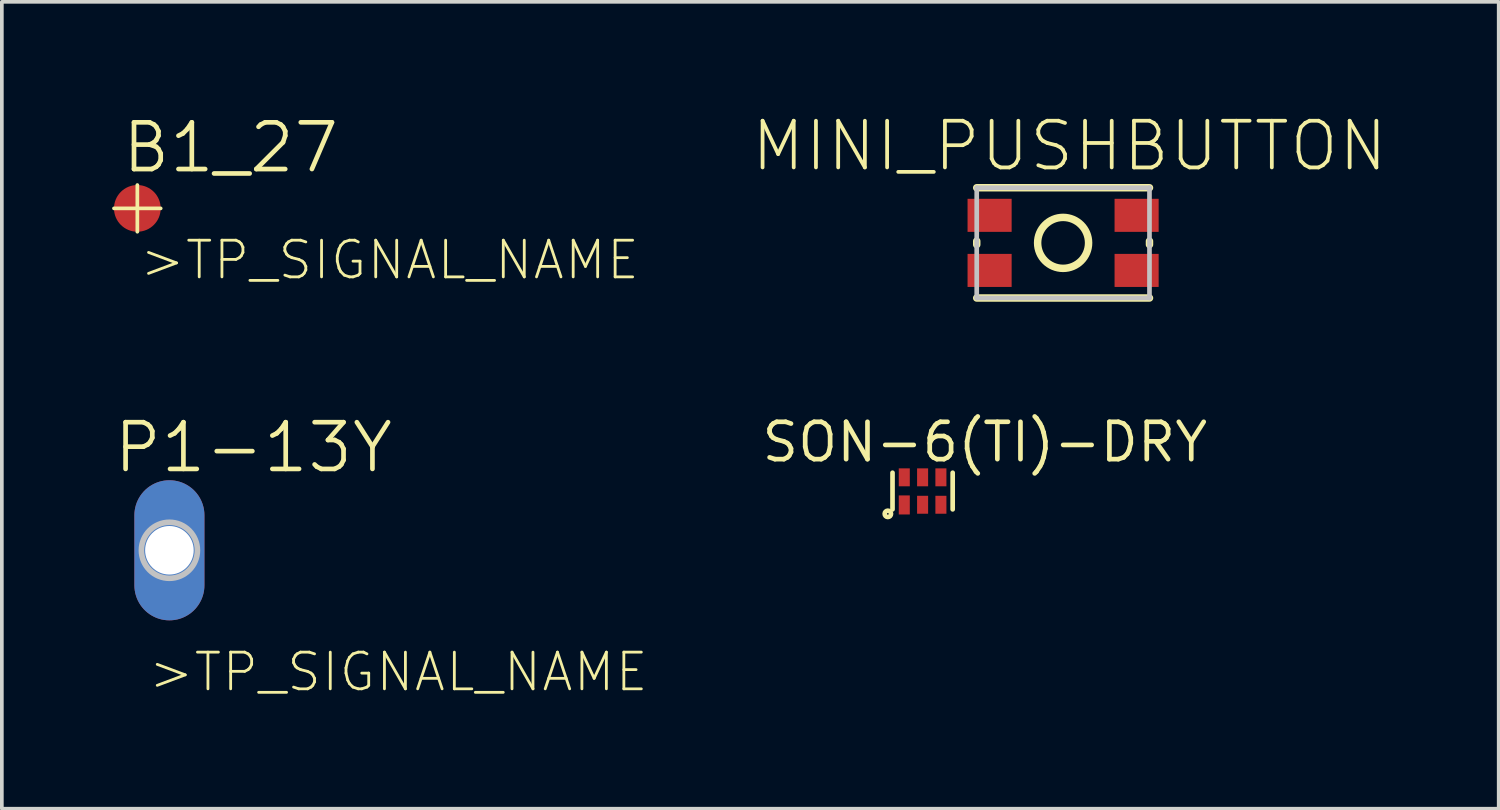
<source format=kicad_pcb>
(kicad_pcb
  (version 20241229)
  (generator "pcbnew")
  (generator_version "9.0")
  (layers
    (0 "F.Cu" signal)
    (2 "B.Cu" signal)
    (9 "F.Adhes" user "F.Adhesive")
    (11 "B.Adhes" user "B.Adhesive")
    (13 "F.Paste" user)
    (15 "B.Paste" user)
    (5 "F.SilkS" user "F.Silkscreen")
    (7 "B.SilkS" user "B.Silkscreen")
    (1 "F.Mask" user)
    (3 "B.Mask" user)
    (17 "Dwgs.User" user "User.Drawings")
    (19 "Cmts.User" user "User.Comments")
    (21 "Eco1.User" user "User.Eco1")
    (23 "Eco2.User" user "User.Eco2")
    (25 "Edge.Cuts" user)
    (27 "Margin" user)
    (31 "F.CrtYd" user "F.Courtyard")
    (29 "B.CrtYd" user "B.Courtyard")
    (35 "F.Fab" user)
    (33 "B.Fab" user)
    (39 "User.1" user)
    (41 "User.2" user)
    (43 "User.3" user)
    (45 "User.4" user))
  (footprint "B1_27"
    (layer "F.Cu")
    (at 0.685 2.617)
    (property "Reference" "B1_27" (at 2.54 -1.651 0) (layer "F.SilkS") (effects (font (size 1.27 1.27) (thickness 0.127))))
    (attr smd)
    (fp_line (start -0.635 0) (end 0.635 0) (stroke (width 0.1) (type solid)) (layer "F.SilkS"))
    (fp_line (start 0 -0.635) (end 0 0.635) (stroke (width 0.1) (type solid)) (layer "F.SilkS"))
    (fp_text user ">TP_SIGNAL_NAME" (at 6.863 1.405 0) (layer "F.SilkS") (effects (font (size 0.998 0.998) (thickness 0.076))))
    (pad "TP" smd circle (at 0 0) (size 1.27 1.27) (layers "F.Cu" "F.Mask" "F.Paste")))
  (footprint "MINI_PUSHBUTTON"
    (layer "F.Cu")
    (at 25.861 3.555)
    (property "Reference" "MINI_PUSHBUTTON" (at 0.173 -2.634 0) (layer "F.SilkS") (effects (font (size 1.27 1.27) (thickness 0.102))))
    (attr smd)
    (fp_line (start -2.349 -1.499) (end 2.349 -1.499) (stroke (width 0.203) (type solid)) (layer "F.SilkS"))
    (fp_line (start -2.349 0.048) (end -2.349 -0.048) (stroke (width 0.203) (type solid)) (layer "F.SilkS"))
    (fp_line (start -2.349 1.499) (end 2.349 1.499) (stroke (width 0.203) (type solid)) (layer "F.SilkS"))
    (fp_line (start 2.349 0.048) (end 2.349 -0.048) (stroke (width 0.203) (type solid)) (layer "F.SilkS"))
    (fp_circle (center 0 0) (end 0 -0.693) (stroke (width 0.203) (type solid)) (fill no) (layer "F.SilkS"))
    (fp_line (start -2.349 -1.499) (end 2.349 -1.499) (stroke (width 0.127) (type solid)) (layer "Dwgs.User"))
    (fp_line (start -2.349 1.499) (end -2.349 -1.499) (stroke (width 0.127) (type solid)) (layer "Dwgs.User"))
    (fp_line (start 2.349 -1.499) (end 2.349 1.499) (stroke (width 0.127) (type solid)) (layer "Dwgs.User"))
    (fp_line (start 2.349 1.499) (end -2.349 1.499) (stroke (width 0.127) (type solid)) (layer "Dwgs.User"))
    (pad "1" smd rect (at -1.999 -0.749) (size 1.199 0.899) (layers "F.Cu" "F.Mask" "F.Paste"))
    (pad "2" smd rect (at 1.999 -0.749) (size 1.199 0.899) (layers "F.Cu" "F.Mask" "F.Paste"))
    (pad "3" smd rect (at -1.999 0.749) (size 1.199 0.899) (layers "F.Cu" "F.Mask" "F.Paste"))
    (pad "4" smd rect (at 1.999 0.749) (size 1.199 0.899) (layers "F.Cu" "F.Mask" "F.Paste")))
  (footprint "P1-13Y"
    (layer "F.Cu")
    (at 1.557 11.915)
    (property "Reference" "P1-13Y" (at 2.286 -2.794 0) (layer "F.SilkS") (effects (font (size 1.27 1.27) (thickness 0.127))))
    (attr exclude_from_pos_files exclude_from_bom)
    (fp_line (start -0.33 -0.33) (end 0.33 -0.33) (stroke (width 0.066) (type solid)) (layer "Dwgs.User"))
    (fp_line (start -0.33 0.33) (end -0.33 -0.33) (stroke (width 0.066) (type solid)) (layer "Dwgs.User"))
    (fp_line (start -0.33 0.33) (end 0.33 0.33) (stroke (width 0.066) (type solid)) (layer "Dwgs.User"))
    (fp_line (start 0.33 0.33) (end 0.33 -0.33) (stroke (width 0.066) (type solid)) (layer "Dwgs.User"))
    (fp_circle (center 0 0) (end 0 -0.762) (stroke (width 0.152) (type solid)) (fill no) (layer "Dwgs.User"))
    (fp_text user ">TP_SIGNAL_NAME" (at 6.228 3.31 0) (layer "F.SilkS") (effects (font (size 0.998 0.998) (thickness 0.076))))
    (pad "TP" thru_hole oval (at 0 0 180) (size 1.905 3.81) (drill 1.321) (layers "*.Cu" "*.Paste" "*.Mask")))
  (footprint "SON-6(TI)-DRY"
    (layer "F.Cu")
    (at 22.04 10.304)
    (property "Reference" "SON-6(TI)-DRY" (at 1.694 -1.331 0) (layer "F.SilkS") (effects (font (size 1.016 1.016) (thickness 0.127))))
    (attr smd)
    (fp_line (start -0.818 0.498) (end -0.818 -0.498) (stroke (width 0.127) (type solid)) (layer "F.SilkS"))
    (fp_line (start 0.818 -0.498) (end 0.818 0.498) (stroke (width 0.127) (type solid)) (layer "F.SilkS"))
    (fp_circle (center -0.945 0.62) (end -0.945 0.597) (stroke (width 0.127) (type solid)) (fill no) (layer "F.SilkS"))
    (pad "1" smd rect (at -0.498 0.378) (size 0.3 0.518) (layers "F.Cu" "F.Mask" "F.Paste"))
    (pad "2" smd rect (at 0 0.373) (size 0.3 0.488) (layers "F.Cu" "F.Mask" "F.Paste"))
    (pad "3" smd rect (at 0.498 0.373) (size 0.3 0.488) (layers "F.Cu" "F.Mask" "F.Paste"))
    (pad "4" smd rect (at 0.498 -0.373) (size 0.3 0.488) (layers "F.Cu" "F.Mask" "F.Paste"))
    (pad "5" smd rect (at 0 -0.373) (size 0.3 0.488) (layers "F.Cu" "F.Mask" "F.Paste"))
    (pad "6" smd rect (at -0.498 -0.373) (size 0.3 0.488) (layers "F.Cu" "F.Mask" "F.Paste")))
  (gr_rect
    (start -3 -3)
    (end 37.707 18.943)
    (stroke (width 0.1) (type default))
    (fill no)
    (layer "Edge.Cuts")))
</source>
